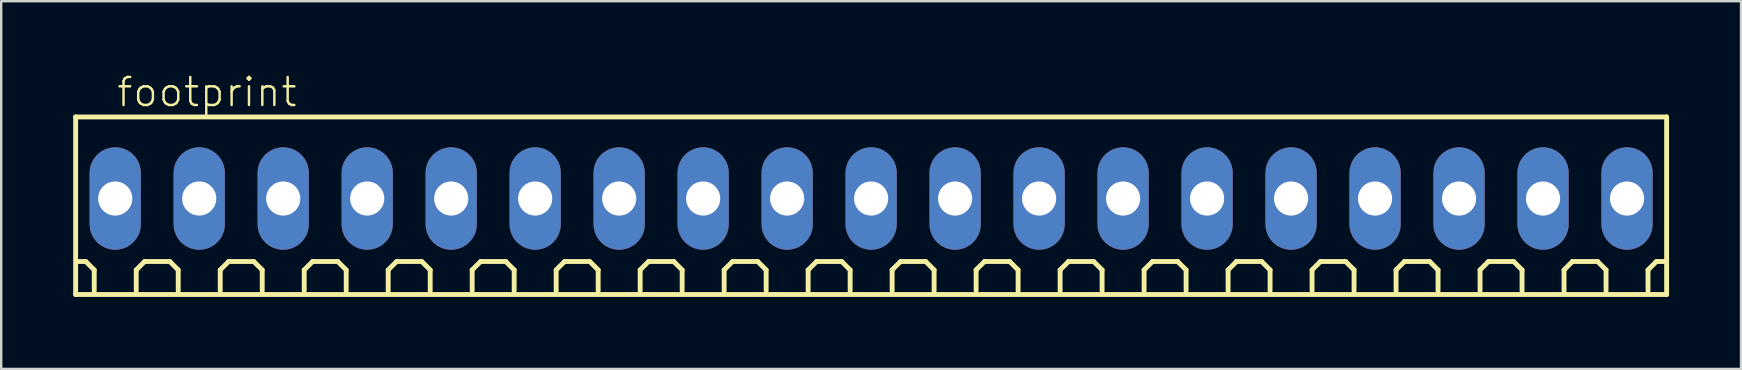
<source format=kicad_pcb>
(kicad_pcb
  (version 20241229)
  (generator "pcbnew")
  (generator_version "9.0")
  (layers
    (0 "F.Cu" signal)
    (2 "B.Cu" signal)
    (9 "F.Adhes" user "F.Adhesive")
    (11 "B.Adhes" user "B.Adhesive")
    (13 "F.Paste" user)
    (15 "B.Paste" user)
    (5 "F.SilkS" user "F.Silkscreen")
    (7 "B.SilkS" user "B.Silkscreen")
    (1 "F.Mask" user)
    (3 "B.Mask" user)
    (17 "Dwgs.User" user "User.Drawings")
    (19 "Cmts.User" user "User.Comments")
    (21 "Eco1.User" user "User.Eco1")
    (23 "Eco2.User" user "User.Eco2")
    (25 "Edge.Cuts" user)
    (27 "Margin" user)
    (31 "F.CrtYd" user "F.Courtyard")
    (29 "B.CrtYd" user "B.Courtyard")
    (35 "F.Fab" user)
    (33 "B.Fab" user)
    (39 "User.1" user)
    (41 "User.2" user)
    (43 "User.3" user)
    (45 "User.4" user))
  (footprint "footprint"
    (layer "F.Cu")
    (at 33.252 5.223)
    (property "Reference" "footprint" (at -31.5 -3.75 0) (layer "F.SilkS") (effects (font (size 1.168 1.168) (thickness 0.102)) (justify left bottom)))
    (fp_line (start -33.15 -3.4) (end 33.15 -3.4) (stroke (width 0.203) (type solid)) (layer "F.SilkS"))
    (fp_line (start -33.15 4) (end -33.15 -3.4) (stroke (width 0.203) (type solid)) (layer "F.SilkS"))
    (fp_line (start -32.725 2.625) (end -33.075 2.625) (stroke (width 0.203) (type solid)) (layer "F.SilkS"))
    (fp_line (start -32.375 2.975) (end -32.725 2.625) (stroke (width 0.203) (type solid)) (layer "F.SilkS"))
    (fp_line (start -32.375 3.85) (end -32.375 2.975) (stroke (width 0.203) (type solid)) (layer "F.SilkS"))
    (fp_line (start -30.625 2.975) (end -30.275 2.625) (stroke (width 0.203) (type solid)) (layer "F.SilkS"))
    (fp_line (start -30.625 3.85) (end -30.625 2.975) (stroke (width 0.203) (type solid)) (layer "F.SilkS"))
    (fp_line (start -30.275 2.625) (end -29.225 2.625) (stroke (width 0.203) (type solid)) (layer "F.SilkS"))
    (fp_line (start -29.225 2.625) (end -28.875 2.975) (stroke (width 0.203) (type solid)) (layer "F.SilkS"))
    (fp_line (start -28.875 2.975) (end -28.875 3.85) (stroke (width 0.203) (type solid)) (layer "F.SilkS"))
    (fp_line (start -27.125 2.975) (end -26.775 2.625) (stroke (width 0.203) (type solid)) (layer "F.SilkS"))
    (fp_line (start -27.125 3.85) (end -27.125 2.975) (stroke (width 0.203) (type solid)) (layer "F.SilkS"))
    (fp_line (start -26.775 2.625) (end -25.725 2.625) (stroke (width 0.203) (type solid)) (layer "F.SilkS"))
    (fp_line (start -25.725 2.625) (end -25.375 2.975) (stroke (width 0.203) (type solid)) (layer "F.SilkS"))
    (fp_line (start -25.375 2.975) (end -25.375 3.85) (stroke (width 0.203) (type solid)) (layer "F.SilkS"))
    (fp_line (start -23.625 2.975) (end -23.275 2.625) (stroke (width 0.203) (type solid)) (layer "F.SilkS"))
    (fp_line (start -23.625 3.85) (end -23.625 2.975) (stroke (width 0.203) (type solid)) (layer "F.SilkS"))
    (fp_line (start -23.275 2.625) (end -22.225 2.625) (stroke (width 0.203) (type solid)) (layer "F.SilkS"))
    (fp_line (start -22.225 2.625) (end -21.875 2.975) (stroke (width 0.203) (type solid)) (layer "F.SilkS"))
    (fp_line (start -21.875 2.975) (end -21.875 3.85) (stroke (width 0.203) (type solid)) (layer "F.SilkS"))
    (fp_line (start -20.125 2.975) (end -19.775 2.625) (stroke (width 0.203) (type solid)) (layer "F.SilkS"))
    (fp_line (start -20.125 3.85) (end -20.125 2.975) (stroke (width 0.203) (type solid)) (layer "F.SilkS"))
    (fp_line (start -19.775 2.625) (end -18.725 2.625) (stroke (width 0.203) (type solid)) (layer "F.SilkS"))
    (fp_line (start -18.725 2.625) (end -18.375 2.975) (stroke (width 0.203) (type solid)) (layer "F.SilkS"))
    (fp_line (start -18.375 2.975) (end -18.375 3.85) (stroke (width 0.203) (type solid)) (layer "F.SilkS"))
    (fp_line (start -16.625 2.975) (end -16.275 2.625) (stroke (width 0.203) (type solid)) (layer "F.SilkS"))
    (fp_line (start -16.625 3.85) (end -16.625 2.975) (stroke (width 0.203) (type solid)) (layer "F.SilkS"))
    (fp_line (start -16.275 2.625) (end -15.225 2.625) (stroke (width 0.203) (type solid)) (layer "F.SilkS"))
    (fp_line (start -15.225 2.625) (end -14.875 2.975) (stroke (width 0.203) (type solid)) (layer "F.SilkS"))
    (fp_line (start -14.875 2.975) (end -14.875 3.85) (stroke (width 0.203) (type solid)) (layer "F.SilkS"))
    (fp_line (start -13.125 2.975) (end -12.775 2.625) (stroke (width 0.203) (type solid)) (layer "F.SilkS"))
    (fp_line (start -13.125 3.85) (end -13.125 2.975) (stroke (width 0.203) (type solid)) (layer "F.SilkS"))
    (fp_line (start -12.775 2.625) (end -11.725 2.625) (stroke (width 0.203) (type solid)) (layer "F.SilkS"))
    (fp_line (start -11.725 2.625) (end -11.375 2.975) (stroke (width 0.203) (type solid)) (layer "F.SilkS"))
    (fp_line (start -11.375 2.975) (end -11.375 3.85) (stroke (width 0.203) (type solid)) (layer "F.SilkS"))
    (fp_line (start -9.625 2.975) (end -9.275 2.625) (stroke (width 0.203) (type solid)) (layer "F.SilkS"))
    (fp_line (start -9.625 3.85) (end -9.625 2.975) (stroke (width 0.203) (type solid)) (layer "F.SilkS"))
    (fp_line (start -9.275 2.625) (end -8.225 2.625) (stroke (width 0.203) (type solid)) (layer "F.SilkS"))
    (fp_line (start -8.225 2.625) (end -7.875 2.975) (stroke (width 0.203) (type solid)) (layer "F.SilkS"))
    (fp_line (start -7.875 2.975) (end -7.875 3.85) (stroke (width 0.203) (type solid)) (layer "F.SilkS"))
    (fp_line (start -6.125 2.975) (end -5.775 2.625) (stroke (width 0.203) (type solid)) (layer "F.SilkS"))
    (fp_line (start -6.125 3.85) (end -6.125 2.975) (stroke (width 0.203) (type solid)) (layer "F.SilkS"))
    (fp_line (start -5.775 2.625) (end -4.725 2.625) (stroke (width 0.203) (type solid)) (layer "F.SilkS"))
    (fp_line (start -4.725 2.625) (end -4.375 2.975) (stroke (width 0.203) (type solid)) (layer "F.SilkS"))
    (fp_line (start -4.375 2.975) (end -4.375 3.85) (stroke (width 0.203) (type solid)) (layer "F.SilkS"))
    (fp_line (start -2.625 2.975) (end -2.275 2.625) (stroke (width 0.203) (type solid)) (layer "F.SilkS"))
    (fp_line (start -2.625 3.85) (end -2.625 2.975) (stroke (width 0.203) (type solid)) (layer "F.SilkS"))
    (fp_line (start -2.275 2.625) (end -1.225 2.625) (stroke (width 0.203) (type solid)) (layer "F.SilkS"))
    (fp_line (start -1.225 2.625) (end -0.875 2.975) (stroke (width 0.203) (type solid)) (layer "F.SilkS"))
    (fp_line (start -0.875 2.975) (end -0.875 3.85) (stroke (width 0.203) (type solid)) (layer "F.SilkS"))
    (fp_line (start 0.875 2.975) (end 1.225 2.625) (stroke (width 0.203) (type solid)) (layer "F.SilkS"))
    (fp_line (start 0.875 3.85) (end 0.875 2.975) (stroke (width 0.203) (type solid)) (layer "F.SilkS"))
    (fp_line (start 1.225 2.625) (end 2.275 2.625) (stroke (width 0.203) (type solid)) (layer "F.SilkS"))
    (fp_line (start 2.275 2.625) (end 2.625 2.975) (stroke (width 0.203) (type solid)) (layer "F.SilkS"))
    (fp_line (start 2.625 2.975) (end 2.625 3.85) (stroke (width 0.203) (type solid)) (layer "F.SilkS"))
    (fp_line (start 4.375 2.975) (end 4.725 2.625) (stroke (width 0.203) (type solid)) (layer "F.SilkS"))
    (fp_line (start 4.375 3.85) (end 4.375 2.975) (stroke (width 0.203) (type solid)) (layer "F.SilkS"))
    (fp_line (start 4.725 2.625) (end 5.775 2.625) (stroke (width 0.203) (type solid)) (layer "F.SilkS"))
    (fp_line (start 5.775 2.625) (end 6.125 2.975) (stroke (width 0.203) (type solid)) (layer "F.SilkS"))
    (fp_line (start 6.125 2.975) (end 6.125 3.85) (stroke (width 0.203) (type solid)) (layer "F.SilkS"))
    (fp_line (start 7.875 2.975) (end 8.225 2.625) (stroke (width 0.203) (type solid)) (layer "F.SilkS"))
    (fp_line (start 7.875 3.85) (end 7.875 2.975) (stroke (width 0.203) (type solid)) (layer "F.SilkS"))
    (fp_line (start 8.225 2.625) (end 9.275 2.625) (stroke (width 0.203) (type solid)) (layer "F.SilkS"))
    (fp_line (start 9.275 2.625) (end 9.625 2.975) (stroke (width 0.203) (type solid)) (layer "F.SilkS"))
    (fp_line (start 9.625 2.975) (end 9.625 3.85) (stroke (width 0.203) (type solid)) (layer "F.SilkS"))
    (fp_line (start 11.375 2.975) (end 11.725 2.625) (stroke (width 0.203) (type solid)) (layer "F.SilkS"))
    (fp_line (start 11.375 3.85) (end 11.375 2.975) (stroke (width 0.203) (type solid)) (layer "F.SilkS"))
    (fp_line (start 11.725 2.625) (end 12.775 2.625) (stroke (width 0.203) (type solid)) (layer "F.SilkS"))
    (fp_line (start 12.775 2.625) (end 13.125 2.975) (stroke (width 0.203) (type solid)) (layer "F.SilkS"))
    (fp_line (start 13.125 2.975) (end 13.125 3.85) (stroke (width 0.203) (type solid)) (layer "F.SilkS"))
    (fp_line (start 14.875 2.975) (end 15.225 2.625) (stroke (width 0.203) (type solid)) (layer "F.SilkS"))
    (fp_line (start 14.875 3.85) (end 14.875 2.975) (stroke (width 0.203) (type solid)) (layer "F.SilkS"))
    (fp_line (start 15.225 2.625) (end 16.275 2.625) (stroke (width 0.203) (type solid)) (layer "F.SilkS"))
    (fp_line (start 16.275 2.625) (end 16.625 2.975) (stroke (width 0.203) (type solid)) (layer "F.SilkS"))
    (fp_line (start 16.625 2.975) (end 16.625 3.85) (stroke (width 0.203) (type solid)) (layer "F.SilkS"))
    (fp_line (start 18.375 2.975) (end 18.725 2.625) (stroke (width 0.203) (type solid)) (layer "F.SilkS"))
    (fp_line (start 18.375 3.85) (end 18.375 2.975) (stroke (width 0.203) (type solid)) (layer "F.SilkS"))
    (fp_line (start 18.725 2.625) (end 19.775 2.625) (stroke (width 0.203) (type solid)) (layer "F.SilkS"))
    (fp_line (start 19.775 2.625) (end 20.125 2.975) (stroke (width 0.203) (type solid)) (layer "F.SilkS"))
    (fp_line (start 20.125 2.975) (end 20.125 3.85) (stroke (width 0.203) (type solid)) (layer "F.SilkS"))
    (fp_line (start 21.875 2.975) (end 22.225 2.625) (stroke (width 0.203) (type solid)) (layer "F.SilkS"))
    (fp_line (start 21.875 3.85) (end 21.875 2.975) (stroke (width 0.203) (type solid)) (layer "F.SilkS"))
    (fp_line (start 22.225 2.625) (end 23.275 2.625) (stroke (width 0.203) (type solid)) (layer "F.SilkS"))
    (fp_line (start 23.275 2.625) (end 23.625 2.975) (stroke (width 0.203) (type solid)) (layer "F.SilkS"))
    (fp_line (start 23.625 2.975) (end 23.625 3.85) (stroke (width 0.203) (type solid)) (layer "F.SilkS"))
    (fp_line (start 25.375 2.975) (end 25.725 2.625) (stroke (width 0.203) (type solid)) (layer "F.SilkS"))
    (fp_line (start 25.375 3.85) (end 25.375 2.975) (stroke (width 0.203) (type solid)) (layer "F.SilkS"))
    (fp_line (start 25.725 2.625) (end 26.775 2.625) (stroke (width 0.203) (type solid)) (layer "F.SilkS"))
    (fp_line (start 26.775 2.625) (end 27.125 2.975) (stroke (width 0.203) (type solid)) (layer "F.SilkS"))
    (fp_line (start 27.125 2.975) (end 27.125 3.85) (stroke (width 0.203) (type solid)) (layer "F.SilkS"))
    (fp_line (start 28.875 2.975) (end 29.225 2.625) (stroke (width 0.203) (type solid)) (layer "F.SilkS"))
    (fp_line (start 28.875 3.85) (end 28.875 2.975) (stroke (width 0.203) (type solid)) (layer "F.SilkS"))
    (fp_line (start 29.225 2.625) (end 30.275 2.625) (stroke (width 0.203) (type solid)) (layer "F.SilkS"))
    (fp_line (start 30.275 2.625) (end 30.625 2.975) (stroke (width 0.203) (type solid)) (layer "F.SilkS"))
    (fp_line (start 30.625 2.975) (end 30.625 3.85) (stroke (width 0.203) (type solid)) (layer "F.SilkS"))
    (fp_line (start 32.375 2.975) (end 32.725 2.625) (stroke (width 0.203) (type solid)) (layer "F.SilkS"))
    (fp_line (start 32.375 3.85) (end 32.375 2.975) (stroke (width 0.203) (type solid)) (layer "F.SilkS"))
    (fp_line (start 32.725 2.625) (end 33.075 2.625) (stroke (width 0.203) (type solid)) (layer "F.SilkS"))
    (fp_line (start 33.15 -3.4) (end 33.15 4) (stroke (width 0.203) (type solid)) (layer "F.SilkS"))
    (fp_line (start 33.15 4) (end -33.15 4) (stroke (width 0.203) (type solid)) (layer "F.SilkS"))
    (pad "1" thru_hole oval (at -31.5 0 90) (size 4.267 2.134) (drill 1.422) (layers "*.Cu" "*.Mask"))
    (pad "2" thru_hole oval (at -28 0 90) (size 4.267 2.134) (drill 1.422) (layers "*.Cu" "*.Mask"))
    (pad "3" thru_hole oval (at -24.5 0 90) (size 4.267 2.134) (drill 1.422) (layers "*.Cu" "*.Mask"))
    (pad "4" thru_hole oval (at -21 0 90) (size 4.267 2.134) (drill 1.422) (layers "*.Cu" "*.Mask"))
    (pad "5" thru_hole oval (at -17.5 0 90) (size 4.267 2.134) (drill 1.422) (layers "*.Cu" "*.Mask"))
    (pad "6" thru_hole oval (at -14 0 90) (size 4.267 2.134) (drill 1.422) (layers "*.Cu" "*.Mask"))
    (pad "7" thru_hole oval (at -10.5 0 90) (size 4.267 2.134) (drill 1.422) (layers "*.Cu" "*.Mask"))
    (pad "8" thru_hole oval (at -7 0 90) (size 4.267 2.134) (drill 1.422) (layers "*.Cu" "*.Mask"))
    (pad "9" thru_hole oval (at -3.5 0 90) (size 4.267 2.134) (drill 1.422) (layers "*.Cu" "*.Mask"))
    (pad "10" thru_hole oval (at 0 0 90) (size 4.267 2.134) (drill 1.422) (layers "*.Cu" "*.Mask"))
    (pad "11" thru_hole oval (at 3.5 0 90) (size 4.267 2.134) (drill 1.422) (layers "*.Cu" "*.Mask"))
    (pad "12" thru_hole oval (at 7 0 90) (size 4.267 2.134) (drill 1.422) (layers "*.Cu" "*.Mask"))
    (pad "13" thru_hole oval (at 10.5 0 90) (size 4.267 2.134) (drill 1.422) (layers "*.Cu" "*.Mask"))
    (pad "14" thru_hole oval (at 14 0 90) (size 4.267 2.134) (drill 1.422) (layers "*.Cu" "*.Mask"))
    (pad "15" thru_hole oval (at 17.5 0 90) (size 4.267 2.134) (drill 1.422) (layers "*.Cu" "*.Mask"))
    (pad "16" thru_hole oval (at 21 0 90) (size 4.267 2.134) (drill 1.422) (layers "*.Cu" "*.Mask"))
    (pad "17" thru_hole oval (at 24.5 0 90) (size 4.267 2.134) (drill 1.422) (layers "*.Cu" "*.Mask"))
    (pad "18" thru_hole oval (at 28 0 90) (size 4.267 2.134) (drill 1.422) (layers "*.Cu" "*.Mask"))
    (pad "19" thru_hole oval (at 31.5 0 90) (size 4.267 2.134) (drill 1.422) (layers "*.Cu" "*.Mask")))
  (gr_rect
    (start -3 -3)
    (end 69.503 12.325)
    (stroke (width 0.1) (type default))
    (fill no)
    (layer "Edge.Cuts")))
</source>
